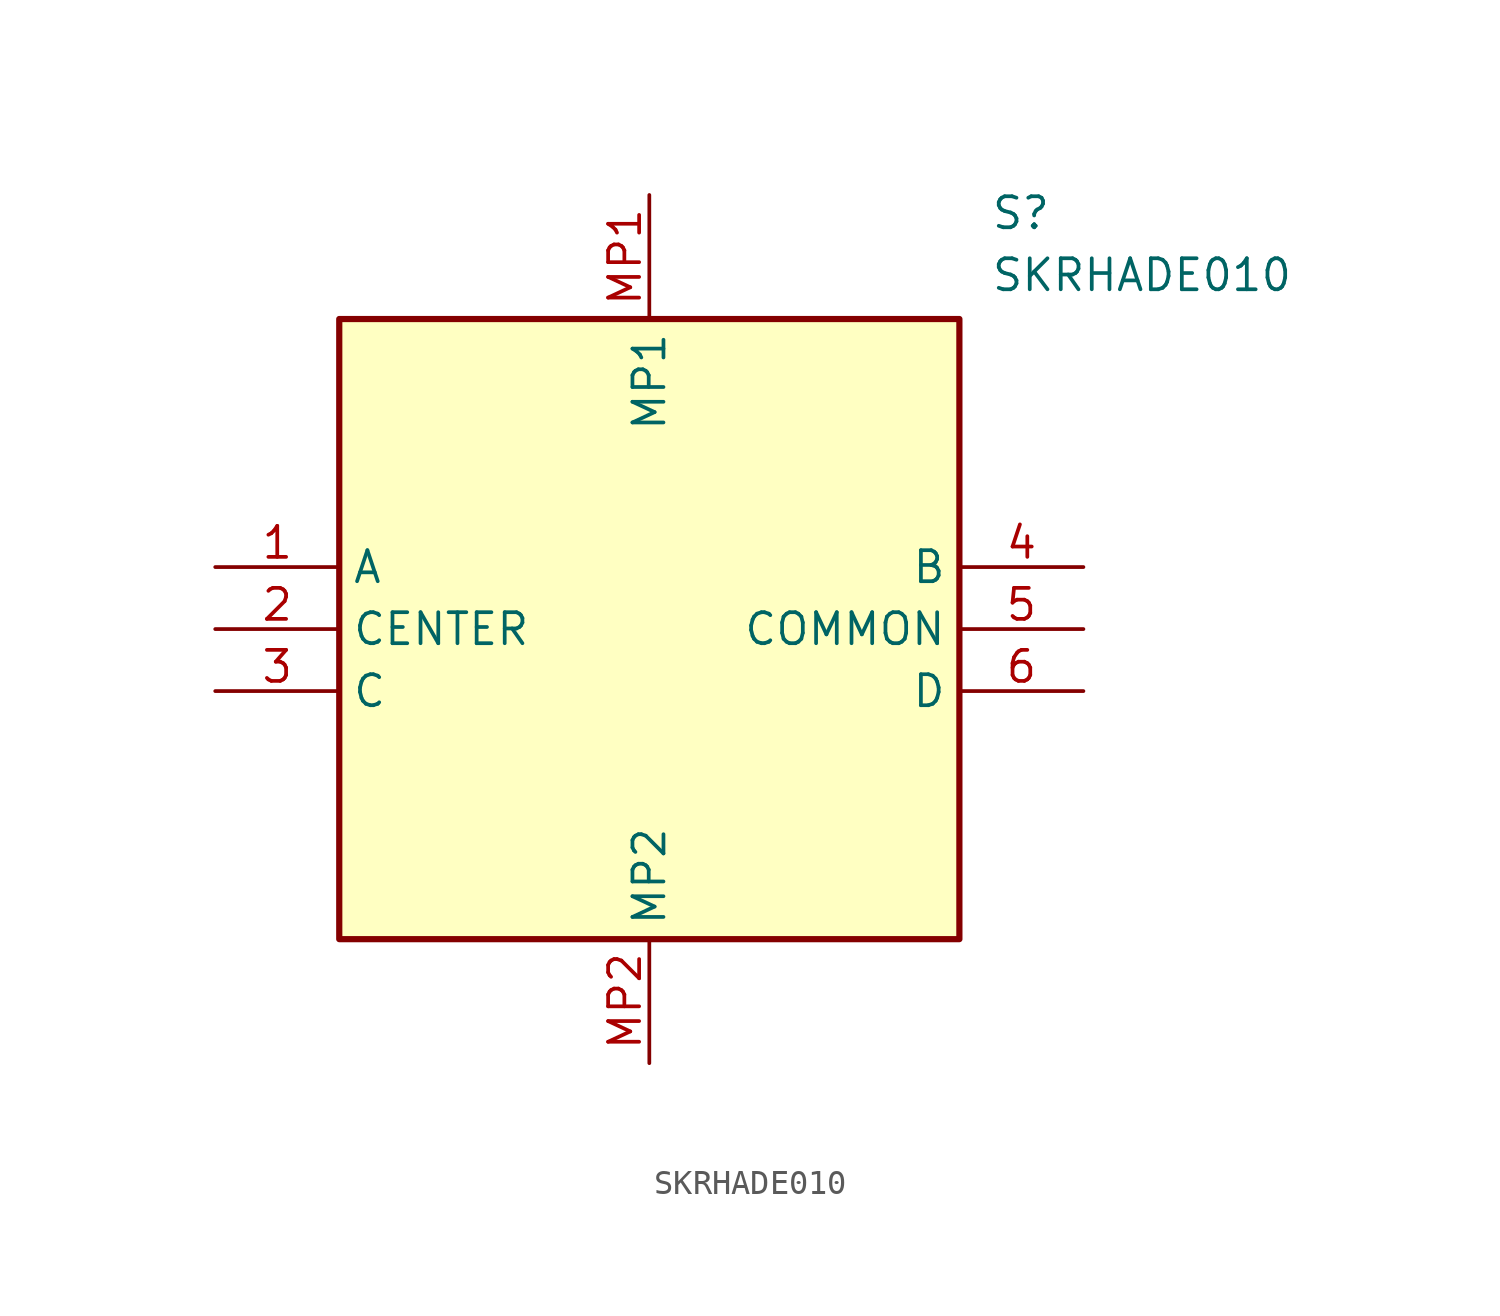
<source format=kicad_sym>
(kicad_symbol_lib
  (version 20211014)
  (generator SamacSys_ECAD_Model)
  (symbol "SKRHADE010"
    (property "Reference" "S"
      (at 31.75 15.24 0)
      (effects (font (size 1.27 1.27)) (justify left top)))
    (property "Value" "SKRHADE010"
      (at 31.75 12.7 0)
      (effects (font (size 1.27 1.27)) (justify left top)))
    (rectangle
      (start 5.08 10.16)
      (end 30.48 -15.24)
      (stroke (width 0.254) (type default))
      (fill (type background)))
    (pin passive line
      (at 0 0 0)
      (length 5.08)
      (name "A" (effects (font (size 1.27 1.27))))
      (number "1" (effects (font (size 1.27 1.27)))))
    (pin passive line
      (at 0 -2.54 0)
      (length 5.08)
      (name "CENTER" (effects (font (size 1.27 1.27))))
      (number "2" (effects (font (size 1.27 1.27)))))
    (pin passive line
      (at 0 -5.08 0)
      (length 5.08)
      (name "C" (effects (font (size 1.27 1.27))))
      (number "3" (effects (font (size 1.27 1.27)))))
    (pin passive line
      (at 35.56 0 180)
      (length 5.08)
      (name "B" (effects (font (size 1.27 1.27))))
      (number "4" (effects (font (size 1.27 1.27)))))
    (pin passive line
      (at 35.56 -2.54 180)
      (length 5.08)
      (name "COMMON" (effects (font (size 1.27 1.27))))
      (number "5" (effects (font (size 1.27 1.27)))))
    (pin passive line
      (at 35.56 -5.08 180)
      (length 5.08)
      (name "D" (effects (font (size 1.27 1.27))))
      (number "6" (effects (font (size 1.27 1.27)))))
    (pin passive line
      (at 17.78 15.24 270)
      (length 5.08)
      (name "MP1" (effects (font (size 1.27 1.27))))
      (number "MP1" (effects (font (size 1.27 1.27)))))
    (pin passive line
      (at 17.78 -20.32 90)
      (length 5.08)
      (name "MP2" (effects (font (size 1.27 1.27))))
      (number "MP2" (effects (font (size 1.27 1.27)))))))
</source>
